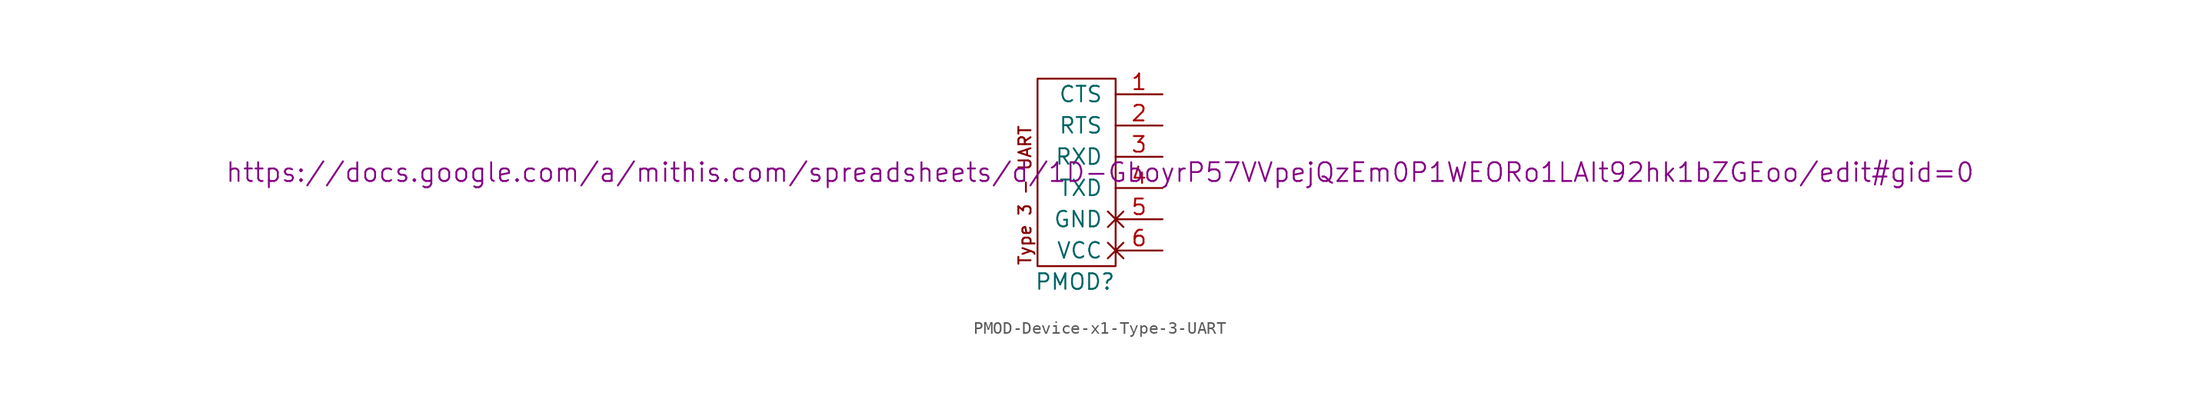
<source format=kicad_sym>
(kicad_symbol_lib
  (version 20231120)
  (generator "kicad_symbol_editor")
  (generator_version "8.0")
  (symbol "PMOD-Device-x1-Type-3-UART"
    (pin_names
      (offset 1.016))
    (property "Reference" "PMOD"
      (at -3.302 -1.27 0)
      (effects (font (size 1.27 1.27))))
    (property "Datasheet" "https://docs.google.com/a/mithis.com/spreadsheets/d/1D-GboyrP57VVpejQzEm0P1WEORo1LAIt92hk1bZGEoo/edit#gid=0"
      (at -1.27 7.62 0)
      (effects (font (size 1.524 1.524))))
    (symbol "PMOD-Device-x1-Type-3-UART_0_0"
      (text "Type 3 - UART" (at -7.366 0 900) (effects (font (size 0.991 0.991)) (justify left))))
    (symbol "PMOD-Device-x1-Type-3-UART_0_1"
      (rectangle (start 0 15.24) (end -6.35 0) (stroke (width 0) (type solid)) (fill (type none))))
    (symbol "PMOD-Device-x1-Type-3-UART_1_1"
      (pin output line (at 3.81 13.97 180) (length 3.81) (name "CTS" (effects (font (size 1.27 1.27)))) (number "1" (effects (font (size 1.27 1.27)))))
      (pin input line (at 3.81 11.43 180) (length 3.81) (name "RTS" (effects (font (size 1.27 1.27)))) (number "2" (effects (font (size 1.27 1.27)))))
      (pin input line (at 3.81 8.89 180) (length 3.81) (name "RXD" (effects (font (size 1.27 1.27)))) (number "3" (effects (font (size 1.27 1.27)))))
      (pin output line (at 3.81 6.35 180) (length 3.81) (name "TXD" (effects (font (size 1.27 1.27)))) (number "4" (effects (font (size 1.27 1.27)))))
      (pin power_out non_logic (at 3.81 3.81 180) (length 3.81) (name "GND" (effects (font (size 1.27 1.27)))) (number "5" (effects (font (size 1.27 1.27)))))
      (pin power_out non_logic (at 3.81 1.27 180) (length 3.81) (name "VCC" (effects (font (size 1.27 1.27)))) (number "6" (effects (font (size 1.27 1.27))))))))
</source>
